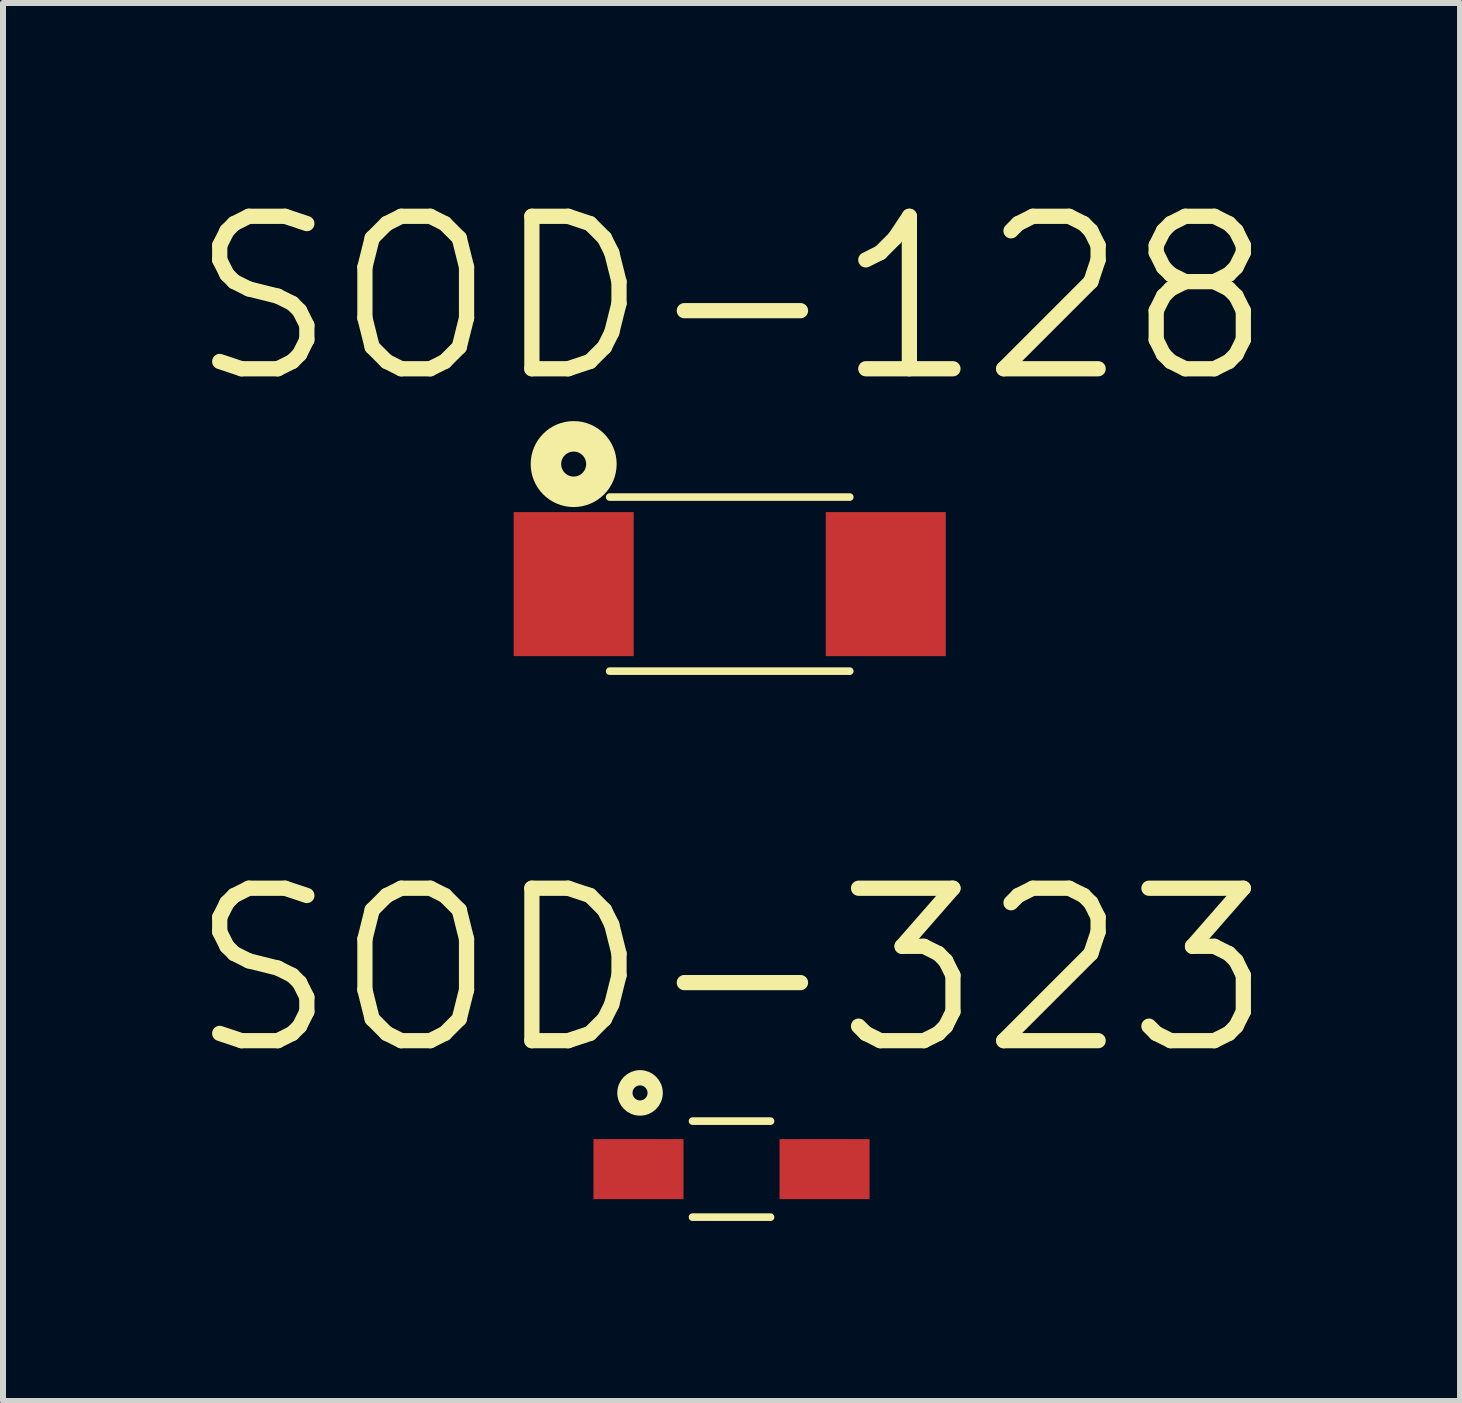
<source format=kicad_pcb>
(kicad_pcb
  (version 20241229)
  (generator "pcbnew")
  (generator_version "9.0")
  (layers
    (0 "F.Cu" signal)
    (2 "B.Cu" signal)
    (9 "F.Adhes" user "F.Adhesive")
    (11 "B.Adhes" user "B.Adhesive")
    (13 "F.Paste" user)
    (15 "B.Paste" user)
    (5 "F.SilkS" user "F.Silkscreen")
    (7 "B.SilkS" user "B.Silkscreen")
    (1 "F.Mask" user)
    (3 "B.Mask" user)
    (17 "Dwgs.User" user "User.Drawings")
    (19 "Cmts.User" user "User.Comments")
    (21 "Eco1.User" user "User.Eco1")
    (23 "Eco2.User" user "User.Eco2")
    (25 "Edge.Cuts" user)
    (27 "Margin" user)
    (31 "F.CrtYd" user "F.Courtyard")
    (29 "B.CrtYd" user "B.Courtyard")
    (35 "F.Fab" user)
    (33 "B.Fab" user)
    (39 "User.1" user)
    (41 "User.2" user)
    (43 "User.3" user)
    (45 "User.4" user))
  (footprint "SOD-323"
    (layer "F.Cu")
    (at 9.138 16.429)
    (property "Reference" "SOD-323" (at 0 -3.302 0) (layer "F.SilkS") (effects (font (size 2.54 2.54) (thickness 0.254))))
    (attr through_hole)
    (fp_line (start -0.65 0.8) (end 0.65 0.8) (stroke (width 0.127) (type solid)) (layer "F.SilkS"))
    (fp_line (start 0.65 -0.8) (end -0.65 -0.8) (stroke (width 0.127) (type solid)) (layer "F.SilkS"))
    (fp_circle (center -1.524 -1.27) (end -1.414 -1.33) (stroke (width 0.254) (type solid)) (fill no) (layer "F.SilkS"))
    (pad "1" smd rect (at -1.55 0) (size 1.5 1) (layers "F.Cu" "F.Mask" "F.Paste"))
    (pad "2" smd rect (at 1.55 0) (size 1.5 1) (layers "F.Cu" "F.Mask" "F.Paste")))
  (footprint "SOD-128"
    (layer "F.Cu")
    (at 9.108 6.682)
    (property "Reference" "SOD-128" (at 0.03 -4.75 0) (layer "F.SilkS") (effects (font (size 2.54 2.54) (thickness 0.254))))
    (attr through_hole)
    (fp_line (start -2 1.45) (end 2 1.45) (stroke (width 0.127) (type solid)) (layer "F.SilkS"))
    (fp_line (start 2 -1.45) (end -2 -1.45) (stroke (width 0.127) (type solid)) (layer "F.SilkS"))
    (fp_circle (center -2.6 -2) (end -2.43 -2.12) (stroke (width 0.508) (type solid)) (fill no) (layer "F.SilkS"))
    (pad "1" smd rect (at -2.6 0) (size 2 2.4) (layers "F.Cu" "F.Mask" "F.Paste"))
    (pad "2" smd rect (at 2.6 0) (size 2 2.4) (layers "F.Cu" "F.Mask" "F.Paste")))
  (gr_rect
    (start -3 -3)
    (end 21.276 20.292)
    (stroke (width 0.1) (type default))
    (fill no)
    (layer "Edge.Cuts")))
</source>
